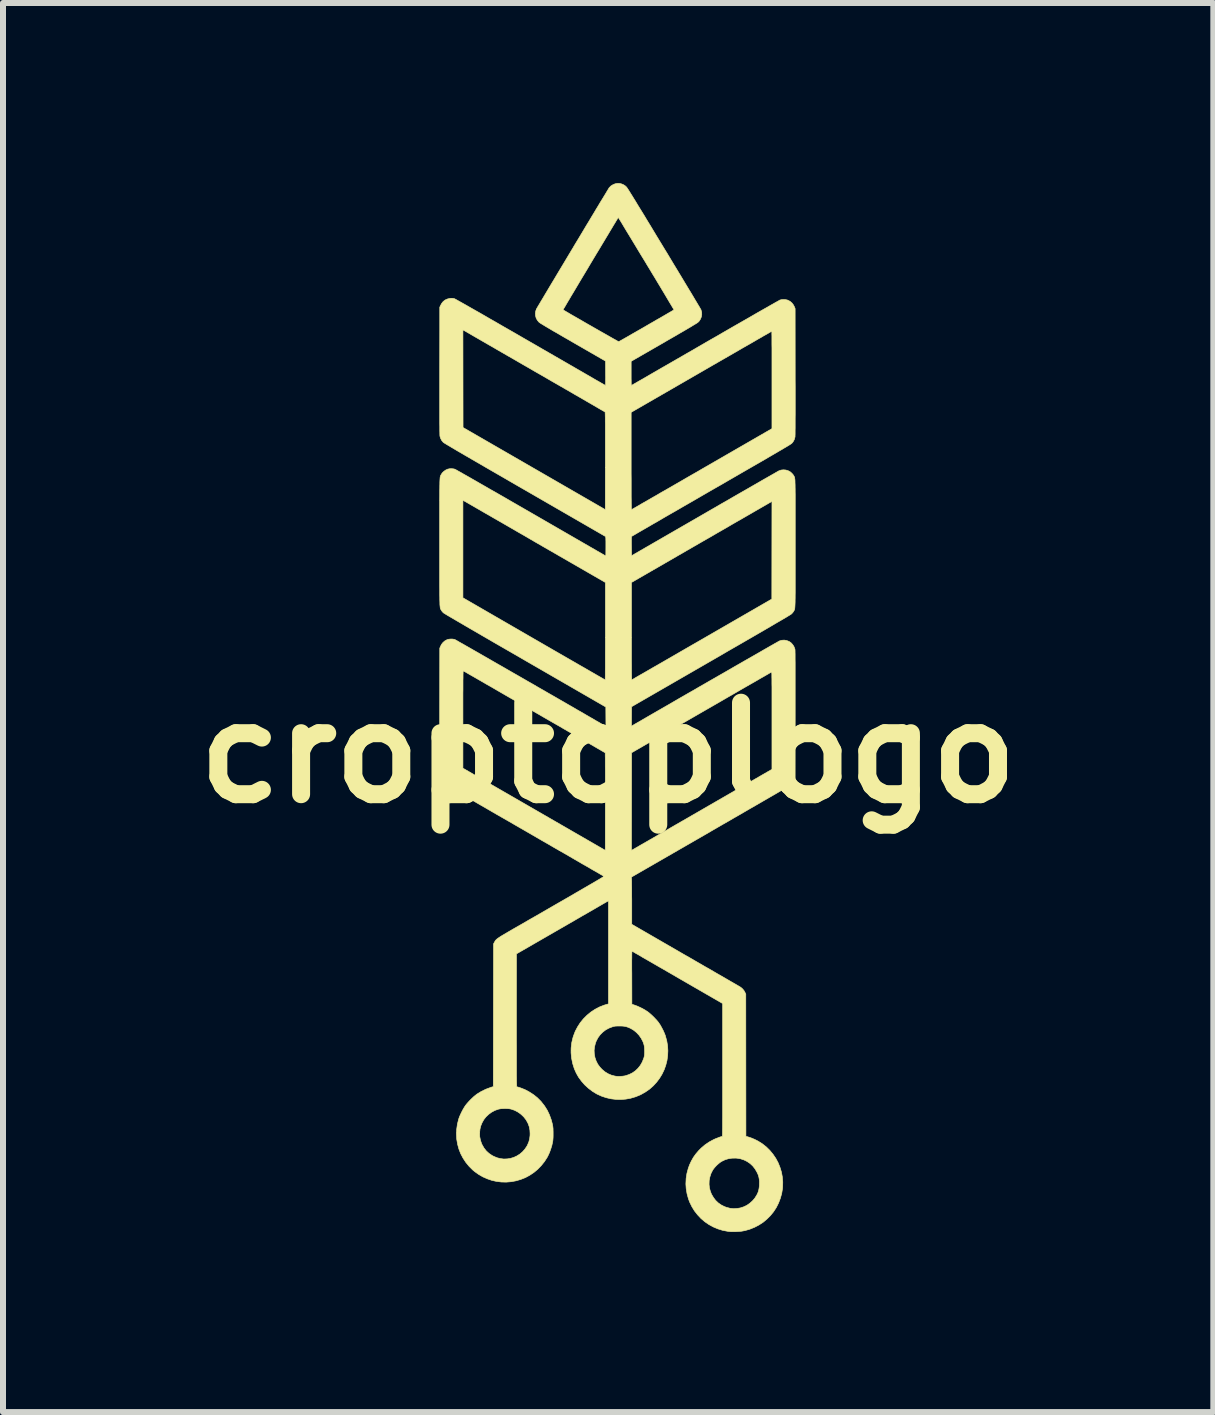
<source format=kicad_pcb>
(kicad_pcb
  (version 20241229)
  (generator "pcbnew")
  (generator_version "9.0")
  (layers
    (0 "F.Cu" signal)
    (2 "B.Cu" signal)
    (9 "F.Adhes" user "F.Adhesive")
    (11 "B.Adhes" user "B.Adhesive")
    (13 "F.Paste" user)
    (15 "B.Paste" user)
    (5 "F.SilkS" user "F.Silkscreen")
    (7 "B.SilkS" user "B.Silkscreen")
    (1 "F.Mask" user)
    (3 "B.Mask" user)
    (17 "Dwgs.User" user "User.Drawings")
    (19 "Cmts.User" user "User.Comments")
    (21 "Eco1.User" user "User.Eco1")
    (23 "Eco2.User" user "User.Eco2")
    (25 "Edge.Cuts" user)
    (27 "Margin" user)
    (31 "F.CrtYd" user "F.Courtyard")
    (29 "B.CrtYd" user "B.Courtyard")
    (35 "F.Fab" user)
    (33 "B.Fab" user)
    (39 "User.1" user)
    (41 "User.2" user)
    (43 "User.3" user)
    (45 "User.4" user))
  (footprint "croptoplogo"
    (layer "F.Cu")
    (at 7.083 9.493)
    (property "Reference" "croptoplogo" (at 0 0 0) (layer "F.SilkS") (effects (font (size 1.524 1.524) (thickness 0.3))))
    (attr through_hole)
    (fp_poly (pts (xy 0.216 -9.481) (xy 0.25 -9.468) (xy 0.281 -9.449) (xy 0.303 -9.429) (xy 0.307 -9.425) (xy 0.313 -9.417) (xy 0.321 -9.404) (xy 0.332 -9.388) (xy 0.345 -9.368) (xy 0.361 -9.342) (xy 0.379 -9.313) (xy 0.401 -9.278) (xy 0.426 -9.237) (xy 0.454 -9.192) (xy 0.485 -9.14) (xy 0.52 -9.083) (xy 0.559 -9.02) (xy 0.602 -8.95) (xy 0.648 -8.873) (xy 0.699 -8.79) (xy 0.753 -8.7) (xy 0.812 -8.602) (xy 0.876 -8.497) (xy 0.933 -8.403) (xy 0.987 -8.315) (xy 1.039 -8.228) (xy 1.09 -8.143) (xy 1.14 -8.061) (xy 1.187 -7.983) (xy 1.233 -7.907) (xy 1.276 -7.835) (xy 1.317 -7.767) (xy 1.355 -7.704) (xy 1.391 -7.645) (xy 1.423 -7.591) (xy 1.452 -7.542) (xy 1.478 -7.499) (xy 1.5 -7.462) (xy 1.518 -7.432) (xy 1.532 -7.408) (xy 1.541 -7.391) (xy 1.547 -7.382) (xy 1.547 -7.38) (xy 1.558 -7.341) (xy 1.559 -7.301) (xy 1.552 -7.262) (xy 1.537 -7.225) (xy 1.515 -7.191) (xy 1.503 -7.179) (xy 1.499 -7.175) (xy 1.491 -7.169) (xy 1.481 -7.162) (xy 1.467 -7.153) (xy 1.449 -7.142) (xy 1.427 -7.129) (xy 1.401 -7.113) (xy 1.37 -7.094) (xy 1.334 -7.073) (xy 1.292 -7.048) (xy 1.244 -7.02) (xy 1.19 -6.989) (xy 1.129 -6.953) (xy 1.061 -6.914) (xy 0.986 -6.871) (xy 0.932 -6.839) (xy 0.383 -6.523) (xy 0.383 -6.321) (xy 0.383 -6.273) (xy 0.383 -6.233) (xy 0.384 -6.2) (xy 0.384 -6.175) (xy 0.384 -6.155) (xy 0.385 -6.141) (xy 0.385 -6.132) (xy 0.387 -6.126) (xy 0.388 -6.123) (xy 0.39 -6.123) (xy 0.392 -6.123) (xy 0.393 -6.124) (xy 0.397 -6.126) (xy 0.41 -6.134) (xy 0.429 -6.145) (xy 0.456 -6.16) (xy 0.49 -6.18) (xy 0.53 -6.203) (xy 0.576 -6.229) (xy 0.628 -6.259) (xy 0.686 -6.293) (xy 0.748 -6.329) (xy 0.816 -6.368) (xy 0.888 -6.41) (xy 0.965 -6.454) (xy 1.045 -6.5) (xy 1.13 -6.549) (xy 1.217 -6.599) (xy 1.308 -6.652) (xy 1.401 -6.705) (xy 1.497 -6.761) (xy 1.594 -6.817) (xy 1.621 -6.833) (xy 1.72 -6.89) (xy 1.817 -6.945) (xy 1.911 -7) (xy 2.003 -7.053) (xy 2.091 -7.104) (xy 2.177 -7.153) (xy 2.259 -7.2) (xy 2.338 -7.245) (xy 2.412 -7.288) (xy 2.481 -7.328) (xy 2.546 -7.365) (xy 2.606 -7.399) (xy 2.661 -7.43) (xy 2.709 -7.458) (xy 2.752 -7.482) (xy 2.788 -7.503) (xy 2.818 -7.519) (xy 2.841 -7.532) (xy 2.856 -7.541) (xy 2.864 -7.545) (xy 2.865 -7.545) (xy 2.892 -7.551) (xy 2.923 -7.553) (xy 2.954 -7.551) (xy 2.983 -7.545) (xy 2.992 -7.542) (xy 3.031 -7.522) (xy 3.063 -7.494) (xy 3.088 -7.461) (xy 3.105 -7.427) (xy 3.115 -7.401) (xy 3.116 -6.343) (xy 3.116 -6.217) (xy 3.117 -6.1) (xy 3.117 -5.991) (xy 3.117 -5.891) (xy 3.117 -5.8) (xy 3.117 -5.716) (xy 3.117 -5.641) (xy 3.116 -5.573) (xy 3.116 -5.512) (xy 3.116 -5.458) (xy 3.116 -5.412) (xy 3.115 -5.371) (xy 3.115 -5.338) (xy 3.115 -5.31) (xy 3.114 -5.289) (xy 3.114 -5.273) (xy 3.113 -5.262) (xy 3.112 -5.258) (xy 3.1 -5.217) (xy 3.08 -5.181) (xy 3.06 -5.157) (xy 3.056 -5.154) (xy 3.051 -5.15) (xy 3.043 -5.145) (xy 3.033 -5.138) (xy 3.019 -5.129) (xy 3.003 -5.119) (xy 2.983 -5.107) (xy 2.96 -5.093) (xy 2.932 -5.077) (xy 2.901 -5.058) (xy 2.866 -5.038) (xy 2.825 -5.014) (xy 2.781 -4.988) (xy 2.731 -4.959) (xy 2.676 -4.927) (xy 2.615 -4.891) (xy 2.549 -4.853) (xy 2.476 -4.811) (xy 2.398 -4.766) (xy 2.313 -4.717) (xy 2.221 -4.664) (xy 2.123 -4.607) (xy 2.017 -4.546) (xy 1.904 -4.48) (xy 1.783 -4.411) (xy 1.715 -4.372) (xy 1.613 -4.313) (xy 1.513 -4.255) (xy 1.415 -4.198) (xy 1.319 -4.143) (xy 1.227 -4.09) (xy 1.138 -4.038) (xy 1.052 -3.989) (xy 0.97 -3.942) (xy 0.893 -3.897) (xy 0.82 -3.854) (xy 0.751 -3.815) (xy 0.688 -3.778) (xy 0.629 -3.744) (xy 0.577 -3.714) (xy 0.53 -3.687) (xy 0.489 -3.663) (xy 0.455 -3.643) (xy 0.428 -3.627) (xy 0.408 -3.616) (xy 0.395 -3.608) (xy 0.39 -3.605) (xy 0.39 -3.605) (xy 0.389 -3.599) (xy 0.388 -3.583) (xy 0.387 -3.559) (xy 0.387 -3.526) (xy 0.387 -3.484) (xy 0.388 -3.442) (xy 0.39 -3.284) (xy 1.603 -3.984) (xy 1.701 -4.041) (xy 1.797 -4.096) (xy 1.891 -4.151) (xy 1.983 -4.203) (xy 2.072 -4.255) (xy 2.157 -4.304) (xy 2.239 -4.351) (xy 2.318 -4.396) (xy 2.392 -4.439) (xy 2.462 -4.479) (xy 2.526 -4.516) (xy 2.586 -4.551) (xy 2.641 -4.582) (xy 2.69 -4.61) (xy 2.732 -4.634) (xy 2.769 -4.655) (xy 2.798 -4.672) (xy 2.821 -4.685) (xy 2.836 -4.694) (xy 2.844 -4.698) (xy 2.845 -4.698) (xy 2.881 -4.711) (xy 2.92 -4.715) (xy 2.959 -4.712) (xy 2.997 -4.701) (xy 3.031 -4.683) (xy 3.032 -4.683) (xy 3.055 -4.663) (xy 3.077 -4.64) (xy 3.093 -4.616) (xy 3.094 -4.614) (xy 3.097 -4.609) (xy 3.099 -4.605) (xy 3.101 -4.601) (xy 3.103 -4.596) (xy 3.105 -4.591) (xy 3.107 -4.585) (xy 3.108 -4.578) (xy 3.109 -4.568) (xy 3.111 -4.557) (xy 3.112 -4.544) (xy 3.113 -4.527) (xy 3.113 -4.508) (xy 3.114 -4.485) (xy 3.115 -4.458) (xy 3.115 -4.427) (xy 3.116 -4.392) (xy 3.116 -4.351) (xy 3.117 -4.305) (xy 3.117 -4.254) (xy 3.117 -4.196) (xy 3.117 -4.132) (xy 3.117 -4.061) (xy 3.117 -3.984) (xy 3.117 -3.898) (xy 3.117 -3.805) (xy 3.117 -3.704) (xy 3.117 -3.594) (xy 3.117 -3.489) (xy 3.117 -3.371) (xy 3.117 -3.262) (xy 3.117 -3.162) (xy 3.117 -3.069) (xy 3.117 -2.985) (xy 3.117 -2.907) (xy 3.117 -2.837) (xy 3.117 -2.774) (xy 3.117 -2.717) (xy 3.117 -2.666) (xy 3.116 -2.62) (xy 3.116 -2.58) (xy 3.115 -2.545) (xy 3.115 -2.514) (xy 3.114 -2.488) (xy 3.113 -2.465) (xy 3.112 -2.446) (xy 3.111 -2.43) (xy 3.11 -2.416) (xy 3.109 -2.405) (xy 3.107 -2.396) (xy 3.105 -2.389) (xy 3.104 -2.383) (xy 3.102 -2.378) (xy 3.099 -2.374) (xy 3.097 -2.369) (xy 3.094 -2.365) (xy 3.091 -2.36) (xy 3.091 -2.359) (xy 3.081 -2.344) (xy 3.067 -2.327) (xy 3.053 -2.313) (xy 3.048 -2.309) (xy 3.038 -2.303) (xy 3.024 -2.294) (xy 3.004 -2.282) (xy 2.98 -2.267) (xy 2.95 -2.249) (xy 2.914 -2.228) (xy 2.873 -2.204) (xy 2.826 -2.177) (xy 2.773 -2.146) (xy 2.714 -2.111) (xy 2.649 -2.073) (xy 2.577 -2.031) (xy 2.499 -1.986) (xy 2.413 -1.936) (xy 2.321 -1.883) (xy 2.221 -1.825) (xy 2.115 -1.764) (xy 2 -1.698) (xy 1.879 -1.627) (xy 1.749 -1.552) (xy 1.709 -1.529) (xy 0.39 -0.768) (xy 0.389 -0.606) (xy 0.388 -0.443) (xy 0.41 -0.457) (xy 0.421 -0.464) (xy 0.44 -0.475) (xy 0.466 -0.49) (xy 0.499 -0.509) (xy 0.538 -0.531) (xy 0.582 -0.557) (xy 0.632 -0.586) (xy 0.687 -0.618) (xy 0.746 -0.652) (xy 0.81 -0.689) (xy 0.878 -0.728) (xy 0.949 -0.769) (xy 1.024 -0.812) (xy 1.101 -0.857) (xy 1.18 -0.903) (xy 1.262 -0.95) (xy 1.345 -0.998) (xy 1.43 -1.046) (xy 1.515 -1.096) (xy 1.601 -1.145) (xy 1.687 -1.195) (xy 1.773 -1.244) (xy 1.858 -1.293) (xy 1.942 -1.341) (xy 2.025 -1.389) (xy 2.106 -1.436) (xy 2.185 -1.481) (xy 2.261 -1.525) (xy 2.335 -1.567) (xy 2.405 -1.607) (xy 2.471 -1.645) (xy 2.534 -1.681) (xy 2.592 -1.715) (xy 2.645 -1.745) (xy 2.693 -1.773) (xy 2.736 -1.797) (xy 2.772 -1.818) (xy 2.803 -1.835) (xy 2.827 -1.849) (xy 2.843 -1.858) (xy 2.852 -1.863) (xy 2.854 -1.864) (xy 2.893 -1.875) (xy 2.933 -1.878) (xy 2.974 -1.871) (xy 3.015 -1.855) (xy 3.015 -1.855) (xy 3.045 -1.835) (xy 3.071 -1.807) (xy 3.093 -1.775) (xy 3.108 -1.739) (xy 3.113 -1.721) (xy 3.113 -1.714) (xy 3.114 -1.699) (xy 3.114 -1.676) (xy 3.115 -1.645) (xy 3.115 -1.605) (xy 3.115 -1.558) (xy 3.116 -1.502) (xy 3.116 -1.437) (xy 3.116 -1.364) (xy 3.116 -1.282) (xy 3.116 -1.192) (xy 3.116 -1.093) (xy 3.116 -0.984) (xy 3.116 -0.867) (xy 3.116 -0.741) (xy 3.116 -0.637) (xy 3.115 0.423) (xy 3.105 0.449) (xy 3.087 0.485) (xy 3.064 0.516) (xy 3.042 0.536) (xy 3.036 0.539) (xy 3.023 0.547) (xy 3.002 0.559) (xy 2.974 0.576) (xy 2.94 0.596) (xy 2.899 0.62) (xy 2.851 0.648) (xy 2.798 0.679) (xy 2.739 0.713) (xy 2.675 0.75) (xy 2.606 0.79) (xy 2.532 0.833) (xy 2.454 0.878) (xy 2.372 0.925) (xy 2.286 0.975) (xy 2.197 1.027) (xy 2.104 1.08) (xy 2.008 1.136) (xy 1.91 1.192) (xy 1.81 1.25) (xy 1.708 1.309) (xy 1.704 1.312) (xy 0.387 2.071) (xy 0.39 2.112) (xy 0.39 2.124) (xy 0.391 2.143) (xy 0.391 2.171) (xy 0.391 2.205) (xy 0.392 2.245) (xy 0.392 2.29) (xy 0.392 2.339) (xy 0.392 2.392) (xy 0.393 2.447) (xy 0.393 2.505) (xy 0.393 2.857) (xy 1.287 3.374) (xy 1.372 3.422) (xy 1.454 3.47) (xy 1.534 3.516) (xy 1.611 3.561) (xy 1.686 3.603) (xy 1.756 3.644) (xy 1.823 3.683) (xy 1.886 3.719) (xy 1.945 3.753) (xy 1.998 3.784) (xy 2.046 3.812) (xy 2.088 3.836) (xy 2.125 3.857) (xy 2.155 3.875) (xy 2.178 3.888) (xy 2.194 3.898) (xy 2.203 3.903) (xy 2.204 3.903) (xy 2.234 3.928) (xy 2.261 3.959) (xy 2.278 3.989) (xy 2.293 4.02) (xy 2.295 6.39) (xy 2.326 6.398) (xy 2.381 6.416) (xy 2.439 6.44) (xy 2.496 6.469) (xy 2.551 6.503) (xy 2.568 6.514) (xy 2.634 6.566) (xy 2.693 6.624) (xy 2.746 6.688) (xy 2.793 6.757) (xy 2.832 6.83) (xy 2.863 6.907) (xy 2.887 6.986) (xy 2.902 7.067) (xy 2.909 7.15) (xy 2.907 7.234) (xy 2.905 7.259) (xy 2.891 7.344) (xy 2.868 7.425) (xy 2.838 7.503) (xy 2.801 7.577) (xy 2.756 7.646) (xy 2.704 7.71) (xy 2.646 7.768) (xy 2.583 7.821) (xy 2.514 7.866) (xy 2.44 7.905) (xy 2.361 7.937) (xy 2.278 7.961) (xy 2.261 7.964) (xy 2.223 7.971) (xy 2.179 7.975) (xy 2.131 7.978) (xy 2.084 7.979) (xy 2.04 7.978) (xy 2.001 7.974) (xy 1.994 7.973) (xy 1.909 7.957) (xy 1.828 7.932) (xy 1.75 7.899) (xy 1.677 7.859) (xy 1.609 7.812) (xy 1.546 7.758) (xy 1.489 7.697) (xy 1.438 7.632) (xy 1.394 7.56) (xy 1.357 7.484) (xy 1.337 7.43) (xy 1.314 7.346) (xy 1.3 7.262) (xy 1.295 7.189) (xy 1.681 7.189) (xy 1.687 7.249) (xy 1.703 7.307) (xy 1.721 7.353) (xy 1.753 7.408) (xy 1.79 7.457) (xy 1.834 7.499) (xy 1.884 7.534) (xy 1.938 7.561) (xy 1.971 7.573) (xy 2.031 7.589) (xy 2.092 7.595) (xy 2.153 7.591) (xy 2.202 7.583) (xy 2.257 7.565) (xy 2.31 7.54) (xy 2.359 7.506) (xy 2.404 7.466) (xy 2.443 7.421) (xy 2.475 7.37) (xy 2.481 7.359) (xy 2.497 7.324) (xy 2.508 7.289) (xy 2.515 7.252) (xy 2.52 7.209) (xy 2.52 7.189) (xy 2.521 7.143) (xy 2.517 7.103) (xy 2.51 7.066) (xy 2.499 7.03) (xy 2.482 6.993) (xy 2.479 6.987) (xy 2.447 6.932) (xy 2.409 6.884) (xy 2.365 6.843) (xy 2.315 6.809) (xy 2.262 6.783) (xy 2.204 6.764) (xy 2.143 6.754) (xy 2.124 6.753) (xy 2.063 6.754) (xy 2.005 6.763) (xy 1.95 6.779) (xy 1.896 6.805) (xy 1.89 6.808) (xy 1.864 6.825) (xy 1.836 6.848) (xy 1.807 6.874) (xy 1.78 6.903) (xy 1.757 6.931) (xy 1.741 6.954) (xy 1.713 7.01) (xy 1.694 7.069) (xy 1.683 7.128) (xy 1.681 7.189) (xy 1.295 7.189) (xy 1.295 7.177) (xy 1.299 7.092) (xy 1.312 7.008) (xy 1.334 6.926) (xy 1.355 6.867) (xy 1.386 6.801) (xy 1.421 6.739) (xy 1.462 6.682) (xy 1.51 6.626) (xy 1.55 6.586) (xy 1.613 6.532) (xy 1.682 6.485) (xy 1.752 6.447) (xy 1.775 6.436) (xy 1.801 6.425) (xy 1.828 6.415) (xy 1.853 6.405) (xy 1.874 6.398) (xy 1.891 6.393) (xy 1.901 6.392) (xy 1.902 6.39) (xy 1.902 6.386) (xy 1.903 6.379) (xy 1.904 6.369) (xy 1.904 6.355) (xy 1.905 6.337) (xy 1.905 6.314) (xy 1.905 6.287) (xy 1.906 6.256) (xy 1.906 6.218) (xy 1.906 6.176) (xy 1.906 6.127) (xy 1.907 6.072) (xy 1.907 6.011) (xy 1.907 5.943) (xy 1.907 5.868) (xy 1.907 5.785) (xy 1.907 5.695) (xy 1.907 5.597) (xy 1.907 5.49) (xy 1.907 5.374) (xy 1.907 5.284) (xy 1.907 4.177) (xy 1.156 3.743) (xy 1.079 3.698) (xy 1.004 3.655) (xy 0.932 3.613) (xy 0.862 3.573) (xy 0.796 3.535) (xy 0.734 3.499) (xy 0.675 3.465) (xy 0.621 3.434) (xy 0.572 3.406) (xy 0.529 3.38) (xy 0.491 3.358) (xy 0.458 3.34) (xy 0.433 3.325) (xy 0.414 3.314) (xy 0.403 3.307) (xy 0.399 3.305) (xy 0.398 3.306) (xy 0.397 3.309) (xy 0.396 3.316) (xy 0.395 3.326) (xy 0.395 3.341) (xy 0.394 3.361) (xy 0.394 3.386) (xy 0.394 3.416) (xy 0.393 3.453) (xy 0.393 3.497) (xy 0.393 3.548) (xy 0.393 3.607) (xy 0.394 3.674) (xy 0.394 3.745) (xy 0.395 4.189) (xy 0.443 4.205) (xy 0.484 4.22) (xy 0.528 4.24) (xy 0.573 4.262) (xy 0.615 4.286) (xy 0.652 4.31) (xy 0.656 4.312) (xy 0.684 4.334) (xy 0.715 4.361) (xy 0.748 4.392) (xy 0.78 4.425) (xy 0.81 4.457) (xy 0.835 4.487) (xy 0.846 4.503) (xy 0.87 4.539) (xy 0.893 4.581) (xy 0.916 4.625) (xy 0.936 4.67) (xy 0.952 4.71) (xy 0.953 4.715) (xy 0.976 4.798) (xy 0.99 4.881) (xy 0.995 4.964) (xy 0.991 5.046) (xy 0.98 5.127) (xy 0.96 5.205) (xy 0.933 5.281) (xy 0.898 5.354) (xy 0.856 5.423) (xy 0.807 5.488) (xy 0.752 5.548) (xy 0.69 5.603) (xy 0.621 5.651) (xy 0.547 5.693) (xy 0.535 5.699) (xy 0.457 5.731) (xy 0.376 5.755) (xy 0.294 5.77) (xy 0.221 5.776) (xy 0.133 5.775) (xy 0.048 5.765) (xy -0.034 5.746) (xy -0.114 5.719) (xy -0.19 5.684) (xy -0.262 5.64) (xy -0.33 5.588) (xy -0.391 5.532) (xy -0.446 5.469) (xy -0.493 5.405) (xy -0.532 5.336) (xy -0.564 5.264) (xy -0.589 5.185) (xy -0.593 5.17) (xy -0.61 5.085) (xy -0.618 5) (xy -0.618 4.958) (xy -0.234 4.958) (xy -0.231 5.018) (xy -0.22 5.077) (xy -0.201 5.133) (xy -0.174 5.187) (xy -0.138 5.236) (xy -0.103 5.274) (xy -0.054 5.315) (xy -0.002 5.347) (xy 0.054 5.371) (xy 0.113 5.386) (xy 0.132 5.389) (xy 0.165 5.392) (xy 0.202 5.391) (xy 0.241 5.388) (xy 0.276 5.383) (xy 0.289 5.38) (xy 0.349 5.36) (xy 0.404 5.333) (xy 0.454 5.298) (xy 0.498 5.256) (xy 0.536 5.208) (xy 0.567 5.154) (xy 0.591 5.095) (xy 0.594 5.086) (xy 0.599 5.069) (xy 0.602 5.054) (xy 0.605 5.039) (xy 0.606 5.021) (xy 0.607 4.998) (xy 0.607 4.974) (xy 0.606 4.936) (xy 0.604 4.904) (xy 0.6 4.877) (xy 0.593 4.851) (xy 0.584 4.824) (xy 0.578 4.81) (xy 0.55 4.756) (xy 0.515 4.706) (xy 0.474 4.662) (xy 0.428 4.624) (xy 0.377 4.593) (xy 0.342 4.577) (xy 0.314 4.567) (xy 0.29 4.56) (xy 0.266 4.556) (xy 0.24 4.553) (xy 0.209 4.552) (xy 0.185 4.552) (xy 0.156 4.552) (xy 0.134 4.553) (xy 0.117 4.554) (xy 0.102 4.557) (xy 0.087 4.56) (xy 0.072 4.565) (xy 0.013 4.587) (xy -0.042 4.617) (xy -0.09 4.654) (xy -0.133 4.697) (xy -0.169 4.746) (xy -0.198 4.801) (xy -0.212 4.838) (xy -0.227 4.898) (xy -0.234 4.958) (xy -0.618 4.958) (xy -0.617 4.915) (xy -0.607 4.83) (xy -0.587 4.746) (xy -0.579 4.72) (xy -0.549 4.641) (xy -0.51 4.567) (xy -0.465 4.497) (xy -0.412 4.432) (xy -0.353 4.373) (xy -0.289 4.32) (xy -0.219 4.274) (xy -0.145 4.235) (xy -0.066 4.204) (xy -0.015 4.189) (xy 0.005 4.184) (xy 0.005 2.466) (xy -0.018 2.479) (xy -0.024 2.482) (xy -0.038 2.49) (xy -0.059 2.502) (xy -0.087 2.518) (xy -0.121 2.538) (xy -0.161 2.561) (xy -0.207 2.588) (xy -0.257 2.617) (xy -0.313 2.649) (xy -0.373 2.684) (xy -0.437 2.72) (xy -0.504 2.759) (xy -0.574 2.8) (xy -0.647 2.842) (xy -0.723 2.886) (xy -0.784 2.921) (xy -1.528 3.35) (xy -1.529 4.458) (xy -1.529 4.577) (xy -1.529 4.688) (xy -1.529 4.791) (xy -1.528 4.885) (xy -1.528 4.971) (xy -1.528 5.05) (xy -1.528 5.121) (xy -1.528 5.186) (xy -1.528 5.244) (xy -1.528 5.296) (xy -1.528 5.342) (xy -1.528 5.383) (xy -1.527 5.418) (xy -1.527 5.449) (xy -1.527 5.475) (xy -1.526 5.497) (xy -1.526 5.515) (xy -1.525 5.53) (xy -1.525 5.541) (xy -1.524 5.55) (xy -1.524 5.557) (xy -1.523 5.561) (xy -1.522 5.564) (xy -1.522 5.565) (xy -1.521 5.565) (xy -1.514 5.566) (xy -1.5 5.57) (xy -1.482 5.576) (xy -1.465 5.581) (xy -1.388 5.611) (xy -1.315 5.65) (xy -1.245 5.695) (xy -1.181 5.746) (xy -1.124 5.803) (xy -1.115 5.813) (xy -1.061 5.882) (xy -1.015 5.955) (xy -0.978 6.033) (xy -0.948 6.116) (xy -0.929 6.188) (xy -0.925 6.209) (xy -0.922 6.227) (xy -0.92 6.245) (xy -0.918 6.264) (xy -0.918 6.287) (xy -0.917 6.315) (xy -0.917 6.343) (xy -0.917 6.383) (xy -0.918 6.416) (xy -0.92 6.442) (xy -0.922 6.465) (xy -0.925 6.482) (xy -0.938 6.542) (xy -0.957 6.603) (xy -0.978 6.661) (xy -1.003 6.715) (xy -1.016 6.74) (xy -1.063 6.813) (xy -1.117 6.88) (xy -1.175 6.94) (xy -1.239 6.993) (xy -1.308 7.039) (xy -1.38 7.078) (xy -1.456 7.108) (xy -1.534 7.131) (xy -1.615 7.146) (xy -1.698 7.153) (xy -1.782 7.151) (xy -1.866 7.14) (xy -1.937 7.124) (xy -2.013 7.098) (xy -2.088 7.065) (xy -2.159 7.024) (xy -2.226 6.976) (xy -2.257 6.95) (xy -2.318 6.889) (xy -2.372 6.823) (xy -2.418 6.753) (xy -2.457 6.679) (xy -2.487 6.602) (xy -2.509 6.522) (xy -2.523 6.44) (xy -2.528 6.356) (xy -2.527 6.333) (xy -2.142 6.333) (xy -2.14 6.395) (xy -2.128 6.455) (xy -2.108 6.514) (xy -2.099 6.532) (xy -2.068 6.586) (xy -2.03 6.634) (xy -1.985 6.675) (xy -1.933 6.71) (xy -1.906 6.724) (xy -1.851 6.747) (xy -1.796 6.761) (xy -1.74 6.768) (xy -1.682 6.766) (xy -1.63 6.758) (xy -1.575 6.742) (xy -1.523 6.718) (xy -1.473 6.687) (xy -1.428 6.649) (xy -1.388 6.604) (xy -1.354 6.554) (xy -1.342 6.53) (xy -1.322 6.483) (xy -1.309 6.433) (xy -1.302 6.379) (xy -1.301 6.348) (xy -1.304 6.287) (xy -1.315 6.23) (xy -1.334 6.177) (xy -1.361 6.127) (xy -1.371 6.111) (xy -1.408 6.064) (xy -1.453 6.022) (xy -1.503 5.986) (xy -1.557 5.957) (xy -1.615 5.937) (xy -1.619 5.936) (xy -1.645 5.931) (xy -1.678 5.928) (xy -1.715 5.927) (xy -1.752 5.928) (xy -1.787 5.93) (xy -1.817 5.935) (xy -1.83 5.938) (xy -1.889 5.959) (xy -1.943 5.988) (xy -1.992 6.024) (xy -2.035 6.065) (xy -2.072 6.112) (xy -2.101 6.164) (xy -2.124 6.22) (xy -2.136 6.272) (xy -2.142 6.333) (xy -2.527 6.333) (xy -2.524 6.272) (xy -2.512 6.187) (xy -2.491 6.103) (xy -2.489 6.097) (xy -2.477 6.063) (xy -2.46 6.025) (xy -2.441 5.985) (xy -2.42 5.945) (xy -2.399 5.909) (xy -2.38 5.879) (xy -2.358 5.851) (xy -2.33 5.819) (xy -2.3 5.787) (xy -2.267 5.755) (xy -2.235 5.725) (xy -2.205 5.701) (xy -2.189 5.688) (xy -2.116 5.643) (xy -2.038 5.605) (xy -1.957 5.575) (xy -1.949 5.572) (xy -1.914 5.562) (xy -1.91 3.184) (xy -1.894 3.154) (xy -1.888 3.144) (xy -1.883 3.134) (xy -1.876 3.125) (xy -1.868 3.116) (xy -1.859 3.107) (xy -1.846 3.097) (xy -1.831 3.086) (xy -1.812 3.073) (xy -1.789 3.058) (xy -1.761 3.041) (xy -1.727 3.021) (xy -1.688 2.998) (xy -1.642 2.971) (xy -1.589 2.94) (xy -1.561 2.924) (xy -1.426 2.847) (xy -1.299 2.773) (xy -1.179 2.705) (xy -1.067 2.64) (xy -0.963 2.58) (xy -0.865 2.523) (xy -0.774 2.471) (xy -0.689 2.422) (xy -0.611 2.377) (xy -0.54 2.335) (xy -0.474 2.297) (xy -0.414 2.262) (xy -0.36 2.231) (xy -0.311 2.202) (xy -0.267 2.177) (xy -0.228 2.154) (xy -0.194 2.134) (xy -0.165 2.117) (xy -0.14 2.102) (xy -0.119 2.089) (xy -0.102 2.079) (xy -0.089 2.071) (xy -0.08 2.065) (xy -0.074 2.06) (xy -0.071 2.058) (xy -0.071 2.057) (xy -0.076 2.055) (xy -0.088 2.048) (xy -0.107 2.036) (xy -0.134 2.021) (xy -0.167 2.001) (xy -0.207 1.978) (xy -0.254 1.952) (xy -0.306 1.921) (xy -0.363 1.888) (xy -0.427 1.852) (xy -0.495 1.812) (xy -0.568 1.77) (xy -0.645 1.725) (xy -0.726 1.678) (xy -0.812 1.629) (xy -0.817 1.626) (xy 0.388 1.626) (xy 0.399 1.62) (xy 0.404 1.617) (xy 0.416 1.61) (xy 0.436 1.599) (xy 0.463 1.583) (xy 0.497 1.564) (xy 0.537 1.54) (xy 0.583 1.514) (xy 0.635 1.484) (xy 0.692 1.451) (xy 0.755 1.415) (xy 0.822 1.376) (xy 0.894 1.334) (xy 0.97 1.291) (xy 1.05 1.244) (xy 1.133 1.196) (xy 1.22 1.146) (xy 1.309 1.095) (xy 1.402 1.041) (xy 1.496 0.987) (xy 1.57 0.944) (xy 2.729 0.275) (xy 2.729 -0.537) (xy 2.729 -0.642) (xy 2.729 -0.739) (xy 2.729 -0.826) (xy 2.729 -0.906) (xy 2.729 -0.977) (xy 2.729 -1.041) (xy 2.729 -1.098) (xy 2.728 -1.148) (xy 2.728 -1.191) (xy 2.728 -1.229) (xy 2.727 -1.26) (xy 2.727 -1.286) (xy 2.727 -1.307) (xy 2.726 -1.323) (xy 2.725 -1.335) (xy 2.725 -1.343) (xy 2.724 -1.347) (xy 2.724 -1.347) (xy 2.719 -1.345) (xy 2.707 -1.338) (xy 2.688 -1.327) (xy 2.661 -1.311) (xy 2.628 -1.292) (xy 2.588 -1.269) (xy 2.542 -1.243) (xy 2.491 -1.213) (xy 2.434 -1.18) (xy 2.372 -1.145) (xy 2.304 -1.106) (xy 2.233 -1.065) (xy 2.157 -1.021) (xy 2.078 -0.975) (xy 1.994 -0.927) (xy 1.908 -0.877) (xy 1.818 -0.825) (xy 1.726 -0.772) (xy 1.632 -0.718) (xy 1.554 -0.673) (xy 0.39 -0.001) (xy 0.389 0.813) (xy 0.388 1.626) (xy -0.817 1.626) (xy -0.901 1.578) (xy -0.993 1.524) (xy -1.088 1.47) (xy -1.186 1.413) (xy -1.286 1.355) (xy -1.388 1.296) (xy -1.402 1.288) (xy -1.527 1.216) (xy -1.644 1.148) (xy -1.754 1.085) (xy -1.857 1.026) (xy -1.952 0.971) (xy -2.041 0.919) (xy -2.123 0.872) (xy -2.199 0.828) (xy -2.269 0.787) (xy -2.332 0.75) (xy -2.391 0.717) (xy -2.443 0.686) (xy -2.491 0.658) (xy -2.534 0.633) (xy -2.572 0.61) (xy -2.606 0.591) (xy -2.635 0.573) (xy -2.661 0.558) (xy -2.682 0.545) (xy -2.701 0.533) (xy -2.716 0.524) (xy -2.728 0.516) (xy -2.737 0.51) (xy -2.744 0.505) (xy -2.749 0.502) (xy -2.75 0.5) (xy -2.776 0.469) (xy -2.794 0.432) (xy -2.803 0.399) (xy -2.804 0.393) (xy -2.804 0.382) (xy -2.805 0.365) (xy -2.805 0.343) (xy -2.806 0.314) (xy -2.806 0.28) (xy -2.806 0.239) (xy -2.807 0.191) (xy -2.807 0.136) (xy -2.807 0.074) (xy -2.807 0.005) (xy -2.807 -0.072) (xy -2.807 -0.157) (xy -2.807 -0.25) (xy -2.807 -0.351) (xy -2.807 -0.461) (xy -2.807 -0.58) (xy -2.807 -0.665) (xy -2.42 -0.665) (xy -2.42 -0.561) (xy -2.42 -0.556) (xy -2.42 0.256) (xy -0.048 1.625) (xy -0.047 0.814) (xy -0.047 0.728) (xy -0.047 0.644) (xy -0.047 0.564) (xy -0.047 0.487) (xy -0.047 0.414) (xy -0.047 0.345) (xy -0.047 0.281) (xy -0.048 0.223) (xy -0.048 0.17) (xy -0.048 0.123) (xy -0.048 0.083) (xy -0.049 0.051) (xy -0.049 0.026) (xy -0.049 0.009) (xy -0.049 0.000272) (xy -0.05 -0.001) (xy -0.054 -0.003) (xy -0.066 -0.01) (xy -0.085 -0.021) (xy -0.111 -0.036) (xy -0.143 -0.055) (xy -0.182 -0.077) (xy -0.226 -0.103) (xy -0.276 -0.132) (xy -0.33 -0.163) (xy -0.389 -0.197) (xy -0.452 -0.234) (xy -0.52 -0.273) (xy -0.59 -0.314) (xy -0.664 -0.356) (xy -0.74 -0.4) (xy -0.818 -0.446) (xy -0.899 -0.492) (xy -0.981 -0.539) (xy -1.064 -0.587) (xy -1.148 -0.636) (xy -1.232 -0.684) (xy -1.316 -0.733) (xy -1.4 -0.782) (xy -1.483 -0.829) (xy -1.565 -0.877) (xy -1.646 -0.923) (xy -1.724 -0.968) (xy -1.8 -1.012) (xy -1.874 -1.055) (xy -1.944 -1.096) (xy -2.012 -1.134) (xy -2.075 -1.171) (xy -2.134 -1.205) (xy -2.188 -1.236) (xy -2.238 -1.265) (xy -2.282 -1.29) (xy -2.321 -1.312) (xy -2.353 -1.331) (xy -2.379 -1.346) (xy -2.398 -1.357) (xy -2.41 -1.363) (xy -2.414 -1.366) (xy -2.415 -1.365) (xy -2.415 -1.36) (xy -2.416 -1.352) (xy -2.417 -1.34) (xy -2.417 -1.324) (xy -2.418 -1.303) (xy -2.418 -1.277) (xy -2.418 -1.246) (xy -2.419 -1.209) (xy -2.419 -1.165) (xy -2.419 -1.116) (xy -2.419 -1.06) (xy -2.42 -0.996) (xy -2.42 -0.926) (xy -2.42 -0.847) (xy -2.42 -0.76) (xy -2.42 -0.665) (xy -2.807 -0.665) (xy -2.807 -0.686) (xy -2.806 -1.743) (xy -2.795 -1.77) (xy -2.777 -1.806) (xy -2.752 -1.838) (xy -2.722 -1.864) (xy -2.688 -1.883) (xy -2.677 -1.887) (xy -2.652 -1.893) (xy -2.621 -1.896) (xy -2.591 -1.895) (xy -2.563 -1.89) (xy -2.556 -1.888) (xy -2.55 -1.885) (xy -2.537 -1.878) (xy -2.517 -1.867) (xy -2.49 -1.851) (xy -2.457 -1.832) (xy -2.417 -1.81) (xy -2.372 -1.784) (xy -2.321 -1.755) (xy -2.265 -1.723) (xy -2.204 -1.688) (xy -2.139 -1.651) (xy -2.07 -1.611) (xy -1.998 -1.57) (xy -1.922 -1.526) (xy -1.844 -1.481) (xy -1.763 -1.435) (xy -1.68 -1.387) (xy -1.595 -1.338) (xy -1.509 -1.289) (xy -1.422 -1.239) (xy -1.334 -1.188) (xy -1.246 -1.138) (xy -1.159 -1.087) (xy -1.071 -1.037) (xy -0.985 -0.987) (xy -0.899 -0.938) (xy -0.816 -0.89) (xy -0.734 -0.843) (xy -0.655 -0.797) (xy -0.578 -0.753) (xy -0.505 -0.71) (xy -0.434 -0.67) (xy -0.368 -0.631) (xy -0.306 -0.595) (xy -0.248 -0.562) (xy -0.196 -0.531) (xy -0.148 -0.504) (xy -0.107 -0.48) (xy -0.071 -0.459) (xy -0.063 -0.455) (xy -0.037 -0.439) (xy -0.038 -0.601) (xy -0.039 -0.763) (xy -1.381 -1.538) (xy -1.522 -1.62) (xy -1.656 -1.697) (xy -1.781 -1.769) (xy -1.899 -1.837) (xy -2.009 -1.901) (xy -2.111 -1.96) (xy -2.205 -2.015) (xy -2.292 -2.065) (xy -2.371 -2.111) (xy -2.442 -2.153) (xy -2.506 -2.19) (xy -2.562 -2.223) (xy -2.61 -2.251) (xy -2.651 -2.275) (xy -2.685 -2.295) (xy -2.711 -2.311) (xy -2.73 -2.323) (xy -2.742 -2.33) (xy -2.746 -2.333) (xy -2.76 -2.348) (xy -2.774 -2.365) (xy -2.781 -2.377) (xy -2.784 -2.382) (xy -2.787 -2.387) (xy -2.789 -2.391) (xy -2.792 -2.395) (xy -2.794 -2.4) (xy -2.796 -2.406) (xy -2.797 -2.413) (xy -2.799 -2.422) (xy -2.8 -2.432) (xy -2.801 -2.445) (xy -2.803 -2.46) (xy -2.804 -2.479) (xy -2.804 -2.5) (xy -2.805 -2.526) (xy -2.806 -2.556) (xy -2.806 -2.583) (xy -2.42 -2.583) (xy -1.237 -1.899) (xy -1.14 -1.843) (xy -1.045 -1.788) (xy -0.953 -1.735) (xy -0.863 -1.683) (xy -0.776 -1.633) (xy -0.693 -1.585) (xy -0.613 -1.539) (xy -0.538 -1.496) (xy -0.466 -1.454) (xy -0.399 -1.416) (xy -0.337 -1.38) (xy -0.28 -1.347) (xy -0.229 -1.318) (xy -0.183 -1.291) (xy -0.144 -1.269) (xy -0.111 -1.25) (xy -0.085 -1.235) (xy -0.066 -1.224) (xy -0.054 -1.217) (xy -0.05 -1.215) (xy -0.049 -1.219) (xy -0.049 -1.233) (xy -0.049 -1.254) (xy -0.048 -1.284) (xy -0.048 -1.321) (xy -0.048 -1.364) (xy -0.047 -1.414) (xy -0.047 -1.47) (xy -0.047 -1.532) (xy -0.047 -1.599) (xy -0.047 -1.67) (xy -0.046 -1.745) (xy -0.046 -1.824) (xy -0.046 -1.906) (xy -0.046 -1.991) (xy -0.046 -2.026) (xy 0.388 -2.026) (xy 0.388 -1.921) (xy 0.388 -1.825) (xy 0.388 -1.737) (xy 0.388 -1.658) (xy 0.388 -1.586) (xy 0.388 -1.522) (xy 0.389 -1.465) (xy 0.389 -1.415) (xy 0.389 -1.372) (xy 0.389 -1.334) (xy 0.39 -1.303) (xy 0.39 -1.277) (xy 0.391 -1.256) (xy 0.391 -1.24) (xy 0.392 -1.228) (xy 0.392 -1.22) (xy 0.393 -1.217) (xy 0.394 -1.216) (xy 0.398 -1.218) (xy 0.41 -1.225) (xy 0.43 -1.236) (xy 0.456 -1.252) (xy 0.489 -1.271) (xy 0.529 -1.294) (xy 0.575 -1.32) (xy 0.627 -1.35) (xy 0.684 -1.383) (xy 0.746 -1.419) (xy 0.813 -1.457) (xy 0.884 -1.498) (xy 0.96 -1.542) (xy 1.04 -1.588) (xy 1.123 -1.636) (xy 1.209 -1.686) (xy 1.299 -1.738) (xy 1.391 -1.791) (xy 1.485 -1.845) (xy 1.563 -1.89) (xy 2.727 -2.562) (xy 2.728 -3.376) (xy 2.729 -4.189) (xy 2.718 -4.183) (xy 2.714 -4.18) (xy 2.701 -4.173) (xy 2.681 -4.162) (xy 2.654 -4.146) (xy 2.621 -4.127) (xy 2.581 -4.104) (xy 2.534 -4.077) (xy 2.482 -4.047) (xy 2.425 -4.014) (xy 2.363 -3.978) (xy 2.295 -3.939) (xy 2.223 -3.897) (xy 2.147 -3.854) (xy 2.067 -3.808) (xy 1.984 -3.759) (xy 1.897 -3.709) (xy 1.808 -3.658) (xy 1.716 -3.604) (xy 1.621 -3.55) (xy 1.548 -3.508) (xy 0.388 -2.838) (xy 0.388 -2.026) (xy -0.046 -2.026) (xy -0.046 -2.026) (xy -0.046 -2.838) (xy -1.218 -3.514) (xy -1.314 -3.57) (xy -1.408 -3.625) (xy -1.501 -3.678) (xy -1.59 -3.73) (xy -1.677 -3.78) (xy -1.76 -3.828) (xy -1.84 -3.874) (xy -1.915 -3.917) (xy -1.987 -3.959) (xy -2.054 -3.997) (xy -2.116 -4.033) (xy -2.173 -4.066) (xy -2.225 -4.096) (xy -2.27 -4.122) (xy -2.31 -4.145) (xy -2.343 -4.164) (xy -2.369 -4.179) (xy -2.389 -4.19) (xy -2.4 -4.197) (xy -2.404 -4.199) (xy -2.42 -4.207) (xy -2.42 -2.583) (xy -2.806 -2.583) (xy -2.806 -2.59) (xy -2.807 -2.629) (xy -2.807 -2.673) (xy -2.807 -2.722) (xy -2.808 -2.778) (xy -2.808 -2.84) (xy -2.808 -2.908) (xy -2.808 -2.984) (xy -2.808 -3.066) (xy -2.808 -3.157) (xy -2.808 -3.255) (xy -2.808 -3.362) (xy -2.808 -3.478) (xy -2.808 -3.508) (xy -2.808 -3.625) (xy -2.808 -3.734) (xy -2.808 -3.835) (xy -2.808 -3.927) (xy -2.808 -4.011) (xy -2.808 -4.088) (xy -2.808 -4.158) (xy -2.808 -4.221) (xy -2.807 -4.278) (xy -2.807 -4.329) (xy -2.807 -4.374) (xy -2.806 -4.414) (xy -2.806 -4.449) (xy -2.805 -4.48) (xy -2.805 -4.506) (xy -2.804 -4.529) (xy -2.803 -4.548) (xy -2.802 -4.564) (xy -2.801 -4.577) (xy -2.8 -4.588) (xy -2.798 -4.597) (xy -2.797 -4.604) (xy -2.795 -4.61) (xy -2.793 -4.615) (xy -2.791 -4.62) (xy -2.789 -4.624) (xy -2.787 -4.628) (xy -2.784 -4.633) (xy -2.765 -4.663) (xy -2.738 -4.689) (xy -2.707 -4.711) (xy -2.673 -4.727) (xy -2.67 -4.727) (xy -2.644 -4.733) (xy -2.613 -4.734) (xy -2.582 -4.732) (xy -2.555 -4.726) (xy -2.554 -4.725) (xy -2.548 -4.722) (xy -2.534 -4.715) (xy -2.513 -4.703) (xy -2.485 -4.687) (xy -2.45 -4.668) (xy -2.409 -4.644) (xy -2.361 -4.617) (xy -2.308 -4.587) (xy -2.249 -4.553) (xy -2.186 -4.517) (xy -2.117 -4.477) (xy -2.043 -4.435) (xy -1.966 -4.39) (xy -1.884 -4.344) (xy -1.799 -4.295) (xy -1.71 -4.244) (xy -1.619 -4.191) (xy -1.525 -4.137) (xy -1.428 -4.081) (xy -1.329 -4.024) (xy -1.284 -3.998) (xy -0.039 -3.279) (xy -0.038 -3.424) (xy -0.038 -3.46) (xy -0.038 -3.495) (xy -0.038 -3.525) (xy -0.039 -3.551) (xy -0.039 -3.571) (xy -0.04 -3.584) (xy -0.041 -3.587) (xy -0.044 -3.604) (xy -1.386 -4.379) (xy -1.513 -4.452) (xy -1.632 -4.521) (xy -1.744 -4.586) (xy -1.848 -4.646) (xy -1.945 -4.702) (xy -2.035 -4.754) (xy -2.119 -4.803) (xy -2.197 -4.848) (xy -2.268 -4.889) (xy -2.333 -4.927) (xy -2.392 -4.961) (xy -2.446 -4.993) (xy -2.495 -5.021) (xy -2.539 -5.047) (xy -2.577 -5.07) (xy -2.612 -5.09) (xy -2.641 -5.108) (xy -2.667 -5.123) (xy -2.689 -5.136) (xy -2.707 -5.147) (xy -2.722 -5.156) (xy -2.733 -5.164) (xy -2.742 -5.169) (xy -2.747 -5.174) (xy -2.75 -5.176) (xy -2.776 -5.208) (xy -2.794 -5.245) (xy -2.803 -5.276) (xy -2.804 -5.282) (xy -2.804 -5.293) (xy -2.805 -5.31) (xy -2.805 -5.333) (xy -2.806 -5.361) (xy -2.806 -5.396) (xy -2.806 -5.437) (xy -2.807 -5.484) (xy -2.807 -5.539) (xy -2.807 -5.6) (xy -2.807 -5.67) (xy -2.807 -5.746) (xy -2.807 -5.831) (xy -2.807 -5.923) (xy -2.807 -6.024) (xy -2.807 -6.134) (xy -2.807 -6.252) (xy -2.807 -6.364) (xy -2.806 -7.047) (xy -2.42 -7.047) (xy -2.418 -5.42) (xy -1.233 -4.736) (xy -0.048 -4.052) (xy -0.047 -4.861) (xy 0.383 -4.861) (xy 0.383 -4.754) (xy 0.383 -4.654) (xy 0.384 -4.561) (xy 0.384 -4.475) (xy 0.384 -4.396) (xy 0.384 -4.325) (xy 0.384 -4.262) (xy 0.385 -4.206) (xy 0.385 -4.159) (xy 0.386 -4.12) (xy 0.386 -4.09) (xy 0.387 -4.068) (xy 0.387 -4.055) (xy 0.388 -4.051) (xy 0.392 -4.053) (xy 0.404 -4.06) (xy 0.423 -4.071) (xy 0.45 -4.086) (xy 0.483 -4.105) (xy 0.523 -4.128) (xy 0.568 -4.155) (xy 0.62 -4.184) (xy 0.677 -4.217) (xy 0.739 -4.253) (xy 0.806 -4.291) (xy 0.877 -4.333) (xy 0.953 -4.376) (xy 1.033 -4.422) (xy 1.116 -4.47) (xy 1.203 -4.52) (xy 1.292 -4.572) (xy 1.384 -4.625) (xy 1.479 -4.679) (xy 1.561 -4.727) (xy 2.729 -5.401) (xy 2.729 -6.213) (xy 2.729 -6.298) (xy 2.729 -6.382) (xy 2.729 -6.462) (xy 2.729 -6.539) (xy 2.729 -6.612) (xy 2.729 -6.681) (xy 2.729 -6.744) (xy 2.728 -6.803) (xy 2.728 -6.855) (xy 2.728 -6.902) (xy 2.728 -6.941) (xy 2.727 -6.974) (xy 2.727 -6.999) (xy 2.727 -7.015) (xy 2.727 -7.024) (xy 2.726 -7.024) (xy 2.722 -7.022) (xy 2.71 -7.015) (xy 2.691 -7.004) (xy 2.665 -6.989) (xy 2.632 -6.97) (xy 2.592 -6.948) (xy 2.547 -6.921) (xy 2.495 -6.892) (xy 2.439 -6.859) (xy 2.377 -6.823) (xy 2.31 -6.785) (xy 2.238 -6.744) (xy 2.163 -6.7) (xy 2.083 -6.654) (xy 2 -6.606) (xy 1.913 -6.556) (xy 1.824 -6.505) (xy 1.732 -6.452) (xy 1.637 -6.397) (xy 1.554 -6.349) (xy 0.383 -5.673) (xy 0.383 -4.861) (xy -0.047 -4.861) (xy -0.047 -4.863) (xy -0.047 -4.968) (xy -0.047 -5.064) (xy -0.047 -5.152) (xy -0.047 -5.231) (xy -0.047 -5.303) (xy -0.047 -5.367) (xy -0.047 -5.424) (xy -0.047 -5.475) (xy -0.048 -5.519) (xy -0.048 -5.556) (xy -0.048 -5.588) (xy -0.049 -5.614) (xy -0.049 -5.636) (xy -0.05 -5.652) (xy -0.05 -5.665) (xy -0.051 -5.673) (xy -0.051 -5.677) (xy -0.052 -5.678) (xy -0.056 -5.681) (xy -0.068 -5.688) (xy -0.088 -5.7) (xy -0.115 -5.715) (xy -0.148 -5.734) (xy -0.187 -5.757) (xy -0.233 -5.784) (xy -0.285 -5.814) (xy -0.342 -5.847) (xy -0.404 -5.883) (xy -0.471 -5.922) (xy -0.543 -5.963) (xy -0.618 -6.007) (xy -0.698 -6.053) (xy -0.781 -6.101) (xy -0.868 -6.151) (xy -0.957 -6.202) (xy -1.049 -6.256) (xy -1.143 -6.31) (xy -1.217 -6.352) (xy -1.313 -6.408) (xy -1.407 -6.462) (xy -1.499 -6.515) (xy -1.588 -6.567) (xy -1.674 -6.616) (xy -1.757 -6.664) (xy -1.837 -6.71) (xy -1.912 -6.754) (xy -1.984 -6.795) (xy -2.051 -6.834) (xy -2.112 -6.869) (xy -2.169 -6.902) (xy -2.221 -6.932) (xy -2.266 -6.958) (xy -2.305 -6.981) (xy -2.338 -7) (xy -2.364 -7.015) (xy -2.383 -7.026) (xy -2.394 -7.032) (xy -2.398 -7.034) (xy -2.42 -7.047) (xy -2.806 -7.047) (xy -2.806 -7.424) (xy -2.796 -7.447) (xy -2.775 -7.486) (xy -2.749 -7.519) (xy -2.717 -7.544) (xy -2.68 -7.561) (xy -2.638 -7.571) (xy -2.623 -7.573) (xy -2.597 -7.573) (xy -2.575 -7.57) (xy -2.561 -7.566) (xy -2.554 -7.563) (xy -2.539 -7.555) (xy -2.516 -7.542) (xy -2.486 -7.525) (xy -2.448 -7.504) (xy -2.402 -7.478) (xy -2.349 -7.448) (xy -2.288 -7.413) (xy -2.221 -7.375) (xy -2.145 -7.332) (xy -2.063 -7.285) (xy -1.974 -7.233) (xy -1.877 -7.178) (xy -1.774 -7.118) (xy -1.664 -7.055) (xy -1.547 -6.988) (xy -1.423 -6.916) (xy -1.293 -6.841) (xy -1.291 -6.84) (xy -1.192 -6.783) (xy -1.094 -6.726) (xy -1 -6.672) (xy -0.908 -6.619) (xy -0.818 -6.567) (xy -0.733 -6.518) (xy -0.65 -6.47) (xy -0.572 -6.425) (xy -0.498 -6.382) (xy -0.428 -6.342) (xy -0.363 -6.304) (xy -0.303 -6.27) (xy -0.249 -6.238) (xy -0.201 -6.21) (xy -0.158 -6.186) (xy -0.122 -6.165) (xy -0.092 -6.148) (xy -0.069 -6.135) (xy -0.054 -6.126) (xy -0.046 -6.121) (xy -0.045 -6.121) (xy -0.044 -6.125) (xy -0.044 -6.137) (xy -0.043 -6.157) (xy -0.043 -6.183) (xy -0.043 -6.215) (xy -0.042 -6.251) (xy -0.043 -6.291) (xy -0.043 -6.323) (xy -0.044 -6.527) (xy -0.587 -6.84) (xy -0.666 -6.886) (xy -0.738 -6.927) (xy -0.803 -6.965) (xy -0.861 -6.999) (xy -0.913 -7.028) (xy -0.958 -7.055) (xy -0.997 -7.078) (xy -1.031 -7.098) (xy -1.061 -7.116) (xy -1.085 -7.131) (xy -1.105 -7.143) (xy -1.122 -7.153) (xy -1.135 -7.162) (xy -1.144 -7.169) (xy -1.151 -7.174) (xy -1.155 -7.177) (xy -1.181 -7.209) (xy -1.2 -7.244) (xy -1.21 -7.282) (xy -1.213 -7.321) (xy -1.207 -7.361) (xy -1.199 -7.381) (xy -0.751 -7.381) (xy -0.746 -7.378) (xy -0.733 -7.37) (xy -0.714 -7.359) (xy -0.689 -7.344) (xy -0.658 -7.326) (xy -0.623 -7.305) (xy -0.583 -7.282) (xy -0.539 -7.257) (xy -0.492 -7.23) (xy -0.443 -7.202) (xy -0.392 -7.172) (xy -0.34 -7.142) (xy -0.287 -7.112) (xy -0.235 -7.082) (xy -0.182 -7.052) (xy -0.132 -7.023) (xy -0.082 -6.995) (xy -0.036 -6.969) (xy 0.008 -6.944) (xy 0.048 -6.921) (xy 0.083 -6.901) (xy 0.114 -6.884) (xy 0.139 -6.87) (xy 0.158 -6.859) (xy 0.171 -6.853) (xy 0.176 -6.85) (xy 0.176 -6.85) (xy 0.181 -6.853) (xy 0.193 -6.86) (xy 0.212 -6.87) (xy 0.238 -6.885) (xy 0.27 -6.903) (xy 0.307 -6.924) (xy 0.349 -6.948) (xy 0.395 -6.975) (xy 0.446 -7.004) (xy 0.5 -7.035) (xy 0.556 -7.067) (xy 0.615 -7.101) (xy 0.637 -7.114) (xy 0.697 -7.149) (xy 0.755 -7.182) (xy 0.809 -7.214) (xy 0.861 -7.243) (xy 0.909 -7.271) (xy 0.952 -7.296) (xy 0.991 -7.319) (xy 1.024 -7.338) (xy 1.052 -7.354) (xy 1.073 -7.367) (xy 1.088 -7.375) (xy 1.095 -7.379) (xy 1.096 -7.38) (xy 1.094 -7.384) (xy 1.088 -7.396) (xy 1.077 -7.415) (xy 1.062 -7.44) (xy 1.043 -7.472) (xy 1.02 -7.51) (xy 0.994 -7.554) (xy 0.965 -7.603) (xy 0.933 -7.657) (xy 0.898 -7.715) (xy 0.861 -7.777) (xy 0.821 -7.843) (xy 0.78 -7.912) (xy 0.736 -7.984) (xy 0.691 -8.059) (xy 0.644 -8.136) (xy 0.635 -8.152) (xy 0.588 -8.229) (xy 0.542 -8.304) (xy 0.498 -8.377) (xy 0.456 -8.447) (xy 0.416 -8.513) (xy 0.378 -8.576) (xy 0.342 -8.635) (xy 0.309 -8.689) (xy 0.279 -8.739) (xy 0.252 -8.784) (xy 0.229 -8.823) (xy 0.209 -8.856) (xy 0.192 -8.882) (xy 0.18 -8.902) (xy 0.172 -8.915) (xy 0.169 -8.921) (xy 0.169 -8.921) (xy 0.167 -8.917) (xy 0.16 -8.906) (xy 0.148 -8.887) (xy 0.133 -8.862) (xy 0.114 -8.83) (xy 0.091 -8.793) (xy 0.065 -8.749) (xy 0.036 -8.701) (xy 0.004 -8.647) (xy -0.031 -8.589) (xy -0.068 -8.527) (xy -0.108 -8.461) (xy -0.149 -8.392) (xy -0.193 -8.32) (xy -0.238 -8.245) (xy -0.284 -8.168) (xy -0.293 -8.153) (xy -0.339 -8.075) (xy -0.384 -8) (xy -0.428 -7.927) (xy -0.47 -7.857) (xy -0.509 -7.791) (xy -0.547 -7.727) (xy -0.582 -7.668) (xy -0.615 -7.614) (xy -0.644 -7.564) (xy -0.671 -7.519) (xy -0.694 -7.48) (xy -0.713 -7.447) (xy -0.729 -7.42) (xy -0.741 -7.4) (xy -0.748 -7.387) (xy -0.751 -7.381) (xy -0.751 -7.381) (xy -1.199 -7.381) (xy -1.193 -7.398) (xy -1.189 -7.405) (xy -1.18 -7.42) (xy -1.168 -7.441) (xy -1.151 -7.469) (xy -1.131 -7.503) (xy -1.107 -7.543) (xy -1.08 -7.588) (xy -1.05 -7.639) (xy -1.017 -7.694) (xy -0.982 -7.753) (xy -0.945 -7.815) (xy -0.905 -7.881) (xy -0.864 -7.95) (xy -0.821 -8.022) (xy -0.777 -8.095) (xy -0.732 -8.17) (xy -0.686 -8.247) (xy -0.64 -8.324) (xy -0.593 -8.402) (xy -0.547 -8.48) (xy -0.5 -8.557) (xy -0.454 -8.634) (xy -0.409 -8.709) (xy -0.365 -8.783) (xy -0.321 -8.855) (xy -0.28 -8.924) (xy -0.24 -8.99) (xy -0.202 -9.054) (xy -0.166 -9.113) (xy -0.133 -9.169) (xy -0.102 -9.219) (xy -0.074 -9.265) (xy -0.049 -9.306) (xy -0.028 -9.341) (xy -0.011 -9.37) (xy 0.003 -9.392) (xy 0.012 -9.408) (xy 0.017 -9.416) (xy 0.018 -9.416) (xy 0.044 -9.443) (xy 0.077 -9.464) (xy 0.114 -9.48) (xy 0.149 -9.487) (xy 0.181 -9.488) (xy 0.216 -9.481)) (stroke (width 0.01) (type solid)) (fill yes) (layer "F.SilkS")))
  (gr_rect
    (start -3 -3)
    (end 17.166 20.477)
    (stroke (width 0.1) (type default))
    (fill no)
    (layer "Edge.Cuts")))
</source>
